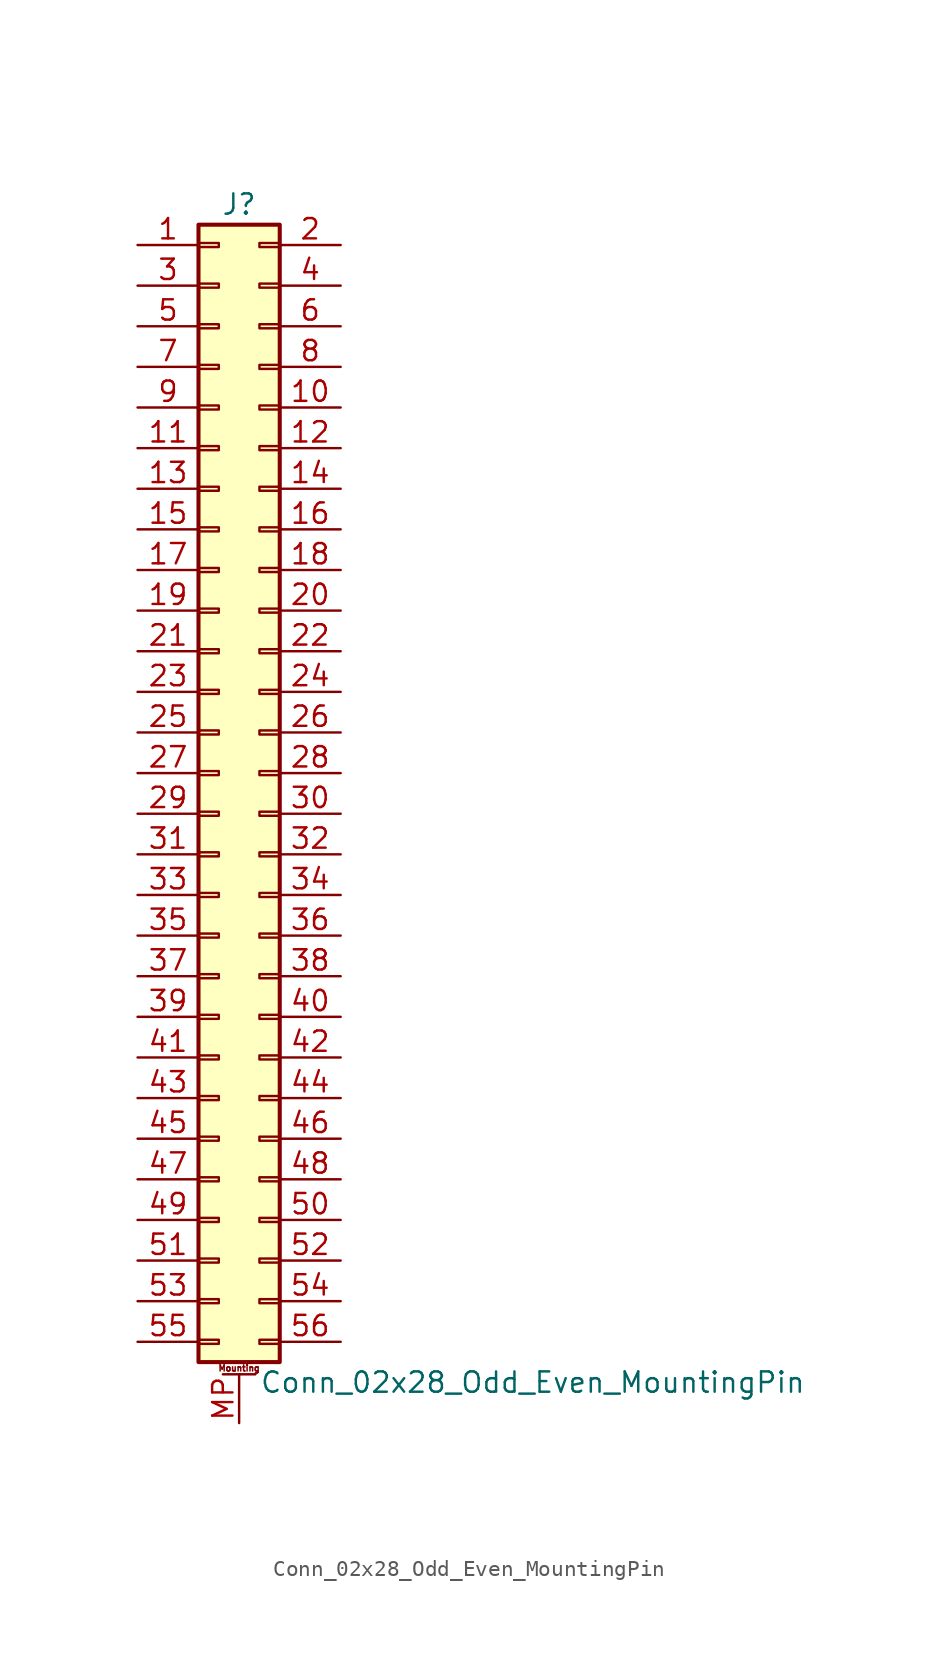
<source format=kicad_sym>
(kicad_symbol_lib
  (version 20220914)
  (generator kicad_symbol_editor)
  (symbol "Conn_02x28_Odd_Even_MountingPin"
    (pin_names
      (offset 1.016) hide)
    (property "Reference" "J"
      (at 1.27 35.56 0)
      (effects (font (size 1.27 1.27))))
    (property "Value" "Conn_02x28_Odd_Even_MountingPin"
      (at 2.54 -38.1 0)
      (effects (font (size 1.27 1.27)) (justify left)))
    (symbol "Conn_02x28_Odd_Even_MountingPin_1_1"
      (rectangle (start -1.27 -35.433) (end 0 -35.687) (stroke (width 0.152) (type default)) (fill (type none)))
      (rectangle (start -1.27 -32.893) (end 0 -33.147) (stroke (width 0.152) (type default)) (fill (type none)))
      (rectangle (start -1.27 -30.353) (end 0 -30.607) (stroke (width 0.152) (type default)) (fill (type none)))
      (rectangle (start -1.27 -27.813) (end 0 -28.067) (stroke (width 0.152) (type default)) (fill (type none)))
      (rectangle (start -1.27 -25.273) (end 0 -25.527) (stroke (width 0.152) (type default)) (fill (type none)))
      (rectangle (start -1.27 -22.733) (end 0 -22.987) (stroke (width 0.152) (type default)) (fill (type none)))
      (rectangle (start -1.27 -20.193) (end 0 -20.447) (stroke (width 0.152) (type default)) (fill (type none)))
      (rectangle (start -1.27 -17.653) (end 0 -17.907) (stroke (width 0.152) (type default)) (fill (type none)))
      (rectangle (start -1.27 -15.113) (end 0 -15.367) (stroke (width 0.152) (type default)) (fill (type none)))
      (rectangle (start -1.27 -12.573) (end 0 -12.827) (stroke (width 0.152) (type default)) (fill (type none)))
      (rectangle (start -1.27 -10.033) (end 0 -10.287) (stroke (width 0.152) (type default)) (fill (type none)))
      (rectangle (start -1.27 -7.493) (end 0 -7.747) (stroke (width 0.152) (type default)) (fill (type none)))
      (rectangle (start -1.27 -4.953) (end 0 -5.207) (stroke (width 0.152) (type default)) (fill (type none)))
      (rectangle (start -1.27 -2.413) (end 0 -2.667) (stroke (width 0.152) (type default)) (fill (type none)))
      (rectangle (start -1.27 0.127) (end 0 -0.127) (stroke (width 0.152) (type default)) (fill (type none)))
      (rectangle (start -1.27 2.667) (end 0 2.413) (stroke (width 0.152) (type default)) (fill (type none)))
      (rectangle (start -1.27 5.207) (end 0 4.953) (stroke (width 0.152) (type default)) (fill (type none)))
      (rectangle (start -1.27 7.747) (end 0 7.493) (stroke (width 0.152) (type default)) (fill (type none)))
      (rectangle (start -1.27 10.287) (end 0 10.033) (stroke (width 0.152) (type default)) (fill (type none)))
      (rectangle (start -1.27 12.827) (end 0 12.573) (stroke (width 0.152) (type default)) (fill (type none)))
      (rectangle (start -1.27 15.367) (end 0 15.113) (stroke (width 0.152) (type default)) (fill (type none)))
      (rectangle (start -1.27 17.907) (end 0 17.653) (stroke (width 0.152) (type default)) (fill (type none)))
      (rectangle (start -1.27 20.447) (end 0 20.193) (stroke (width 0.152) (type default)) (fill (type none)))
      (rectangle (start -1.27 22.987) (end 0 22.733) (stroke (width 0.152) (type default)) (fill (type none)))
      (rectangle (start -1.27 25.527) (end 0 25.273) (stroke (width 0.152) (type default)) (fill (type none)))
      (rectangle (start -1.27 28.067) (end 0 27.813) (stroke (width 0.152) (type default)) (fill (type none)))
      (rectangle (start -1.27 30.607) (end 0 30.353) (stroke (width 0.152) (type default)) (fill (type none)))
      (rectangle (start -1.27 33.147) (end 0 32.893) (stroke (width 0.152) (type default)) (fill (type none)))
      (rectangle (start -1.27 34.29) (end 3.81 -36.83) (stroke (width 0.254) (type default)) (fill (type background)))
      (polyline (pts (xy 0.254 -37.592) (xy 2.286 -37.592)) (stroke (width 0.152) (type default)) (fill (type none)))
      (rectangle (start 3.81 -35.433) (end 2.54 -35.687) (stroke (width 0.152) (type default)) (fill (type none)))
      (rectangle (start 3.81 -32.893) (end 2.54 -33.147) (stroke (width 0.152) (type default)) (fill (type none)))
      (rectangle (start 3.81 -30.353) (end 2.54 -30.607) (stroke (width 0.152) (type default)) (fill (type none)))
      (rectangle (start 3.81 -27.813) (end 2.54 -28.067) (stroke (width 0.152) (type default)) (fill (type none)))
      (rectangle (start 3.81 -25.273) (end 2.54 -25.527) (stroke (width 0.152) (type default)) (fill (type none)))
      (rectangle (start 3.81 -22.733) (end 2.54 -22.987) (stroke (width 0.152) (type default)) (fill (type none)))
      (rectangle (start 3.81 -20.193) (end 2.54 -20.447) (stroke (width 0.152) (type default)) (fill (type none)))
      (rectangle (start 3.81 -17.653) (end 2.54 -17.907) (stroke (width 0.152) (type default)) (fill (type none)))
      (rectangle (start 3.81 -15.113) (end 2.54 -15.367) (stroke (width 0.152) (type default)) (fill (type none)))
      (rectangle (start 3.81 -12.573) (end 2.54 -12.827) (stroke (width 0.152) (type default)) (fill (type none)))
      (rectangle (start 3.81 -10.033) (end 2.54 -10.287) (stroke (width 0.152) (type default)) (fill (type none)))
      (rectangle (start 3.81 -7.493) (end 2.54 -7.747) (stroke (width 0.152) (type default)) (fill (type none)))
      (rectangle (start 3.81 -4.953) (end 2.54 -5.207) (stroke (width 0.152) (type default)) (fill (type none)))
      (rectangle (start 3.81 -2.413) (end 2.54 -2.667) (stroke (width 0.152) (type default)) (fill (type none)))
      (rectangle (start 3.81 0.127) (end 2.54 -0.127) (stroke (width 0.152) (type default)) (fill (type none)))
      (rectangle (start 3.81 2.667) (end 2.54 2.413) (stroke (width 0.152) (type default)) (fill (type none)))
      (rectangle (start 3.81 5.207) (end 2.54 4.953) (stroke (width 0.152) (type default)) (fill (type none)))
      (rectangle (start 3.81 7.747) (end 2.54 7.493) (stroke (width 0.152) (type default)) (fill (type none)))
      (rectangle (start 3.81 10.287) (end 2.54 10.033) (stroke (width 0.152) (type default)) (fill (type none)))
      (rectangle (start 3.81 12.827) (end 2.54 12.573) (stroke (width 0.152) (type default)) (fill (type none)))
      (rectangle (start 3.81 15.367) (end 2.54 15.113) (stroke (width 0.152) (type default)) (fill (type none)))
      (rectangle (start 3.81 17.907) (end 2.54 17.653) (stroke (width 0.152) (type default)) (fill (type none)))
      (rectangle (start 3.81 20.447) (end 2.54 20.193) (stroke (width 0.152) (type default)) (fill (type none)))
      (rectangle (start 3.81 22.987) (end 2.54 22.733) (stroke (width 0.152) (type default)) (fill (type none)))
      (rectangle (start 3.81 25.527) (end 2.54 25.273) (stroke (width 0.152) (type default)) (fill (type none)))
      (rectangle (start 3.81 28.067) (end 2.54 27.813) (stroke (width 0.152) (type default)) (fill (type none)))
      (rectangle (start 3.81 30.607) (end 2.54 30.353) (stroke (width 0.152) (type default)) (fill (type none)))
      (rectangle (start 3.81 33.147) (end 2.54 32.893) (stroke (width 0.152) (type default)) (fill (type none)))
      (text "Mounting" (at 1.27 -37.211 0) (effects (font (size 0.381 0.381))))
      (pin passive line (at -5.08 33.02 0) (length 3.81) (name "Pin_1" (effects (font (size 1.27 1.27)))) (number "1" (effects (font (size 1.27 1.27)))))
      (pin passive line (at 7.62 22.86 180) (length 3.81) (name "Pin_10" (effects (font (size 1.27 1.27)))) (number "10" (effects (font (size 1.27 1.27)))))
      (pin passive line (at -5.08 20.32 0) (length 3.81) (name "Pin_11" (effects (font (size 1.27 1.27)))) (number "11" (effects (font (size 1.27 1.27)))))
      (pin passive line (at 7.62 20.32 180) (length 3.81) (name "Pin_12" (effects (font (size 1.27 1.27)))) (number "12" (effects (font (size 1.27 1.27)))))
      (pin passive line (at -5.08 17.78 0) (length 3.81) (name "Pin_13" (effects (font (size 1.27 1.27)))) (number "13" (effects (font (size 1.27 1.27)))))
      (pin passive line (at 7.62 17.78 180) (length 3.81) (name "Pin_14" (effects (font (size 1.27 1.27)))) (number "14" (effects (font (size 1.27 1.27)))))
      (pin passive line (at -5.08 15.24 0) (length 3.81) (name "Pin_15" (effects (font (size 1.27 1.27)))) (number "15" (effects (font (size 1.27 1.27)))))
      (pin passive line (at 7.62 15.24 180) (length 3.81) (name "Pin_16" (effects (font (size 1.27 1.27)))) (number "16" (effects (font (size 1.27 1.27)))))
      (pin passive line (at -5.08 12.7 0) (length 3.81) (name "Pin_17" (effects (font (size 1.27 1.27)))) (number "17" (effects (font (size 1.27 1.27)))))
      (pin passive line (at 7.62 12.7 180) (length 3.81) (name "Pin_18" (effects (font (size 1.27 1.27)))) (number "18" (effects (font (size 1.27 1.27)))))
      (pin passive line (at -5.08 10.16 0) (length 3.81) (name "Pin_19" (effects (font (size 1.27 1.27)))) (number "19" (effects (font (size 1.27 1.27)))))
      (pin passive line (at 7.62 33.02 180) (length 3.81) (name "Pin_2" (effects (font (size 1.27 1.27)))) (number "2" (effects (font (size 1.27 1.27)))))
      (pin passive line (at 7.62 10.16 180) (length 3.81) (name "Pin_20" (effects (font (size 1.27 1.27)))) (number "20" (effects (font (size 1.27 1.27)))))
      (pin passive line (at -5.08 7.62 0) (length 3.81) (name "Pin_21" (effects (font (size 1.27 1.27)))) (number "21" (effects (font (size 1.27 1.27)))))
      (pin passive line (at 7.62 7.62 180) (length 3.81) (name "Pin_22" (effects (font (size 1.27 1.27)))) (number "22" (effects (font (size 1.27 1.27)))))
      (pin passive line (at -5.08 5.08 0) (length 3.81) (name "Pin_23" (effects (font (size 1.27 1.27)))) (number "23" (effects (font (size 1.27 1.27)))))
      (pin passive line (at 7.62 5.08 180) (length 3.81) (name "Pin_24" (effects (font (size 1.27 1.27)))) (number "24" (effects (font (size 1.27 1.27)))))
      (pin passive line (at -5.08 2.54 0) (length 3.81) (name "Pin_25" (effects (font (size 1.27 1.27)))) (number "25" (effects (font (size 1.27 1.27)))))
      (pin passive line (at 7.62 2.54 180) (length 3.81) (name "Pin_26" (effects (font (size 1.27 1.27)))) (number "26" (effects (font (size 1.27 1.27)))))
      (pin passive line (at -5.08 0 0) (length 3.81) (name "Pin_27" (effects (font (size 1.27 1.27)))) (number "27" (effects (font (size 1.27 1.27)))))
      (pin passive line (at 7.62 0 180) (length 3.81) (name "Pin_28" (effects (font (size 1.27 1.27)))) (number "28" (effects (font (size 1.27 1.27)))))
      (pin passive line (at -5.08 -2.54 0) (length 3.81) (name "Pin_29" (effects (font (size 1.27 1.27)))) (number "29" (effects (font (size 1.27 1.27)))))
      (pin passive line (at -5.08 30.48 0) (length 3.81) (name "Pin_3" (effects (font (size 1.27 1.27)))) (number "3" (effects (font (size 1.27 1.27)))))
      (pin passive line (at 7.62 -2.54 180) (length 3.81) (name "Pin_30" (effects (font (size 1.27 1.27)))) (number "30" (effects (font (size 1.27 1.27)))))
      (pin passive line (at -5.08 -5.08 0) (length 3.81) (name "Pin_31" (effects (font (size 1.27 1.27)))) (number "31" (effects (font (size 1.27 1.27)))))
      (pin passive line (at 7.62 -5.08 180) (length 3.81) (name "Pin_32" (effects (font (size 1.27 1.27)))) (number "32" (effects (font (size 1.27 1.27)))))
      (pin passive line (at -5.08 -7.62 0) (length 3.81) (name "Pin_33" (effects (font (size 1.27 1.27)))) (number "33" (effects (font (size 1.27 1.27)))))
      (pin passive line (at 7.62 -7.62 180) (length 3.81) (name "Pin_34" (effects (font (size 1.27 1.27)))) (number "34" (effects (font (size 1.27 1.27)))))
      (pin passive line (at -5.08 -10.16 0) (length 3.81) (name "Pin_35" (effects (font (size 1.27 1.27)))) (number "35" (effects (font (size 1.27 1.27)))))
      (pin passive line (at 7.62 -10.16 180) (length 3.81) (name "Pin_36" (effects (font (size 1.27 1.27)))) (number "36" (effects (font (size 1.27 1.27)))))
      (pin passive line (at -5.08 -12.7 0) (length 3.81) (name "Pin_37" (effects (font (size 1.27 1.27)))) (number "37" (effects (font (size 1.27 1.27)))))
      (pin passive line (at 7.62 -12.7 180) (length 3.81) (name "Pin_38" (effects (font (size 1.27 1.27)))) (number "38" (effects (font (size 1.27 1.27)))))
      (pin passive line (at -5.08 -15.24 0) (length 3.81) (name "Pin_39" (effects (font (size 1.27 1.27)))) (number "39" (effects (font (size 1.27 1.27)))))
      (pin passive line (at 7.62 30.48 180) (length 3.81) (name "Pin_4" (effects (font (size 1.27 1.27)))) (number "4" (effects (font (size 1.27 1.27)))))
      (pin passive line (at 7.62 -15.24 180) (length 3.81) (name "Pin_40" (effects (font (size 1.27 1.27)))) (number "40" (effects (font (size 1.27 1.27)))))
      (pin passive line (at -5.08 -17.78 0) (length 3.81) (name "Pin_41" (effects (font (size 1.27 1.27)))) (number "41" (effects (font (size 1.27 1.27)))))
      (pin passive line (at 7.62 -17.78 180) (length 3.81) (name "Pin_42" (effects (font (size 1.27 1.27)))) (number "42" (effects (font (size 1.27 1.27)))))
      (pin passive line (at -5.08 -20.32 0) (length 3.81) (name "Pin_43" (effects (font (size 1.27 1.27)))) (number "43" (effects (font (size 1.27 1.27)))))
      (pin passive line (at 7.62 -20.32 180) (length 3.81) (name "Pin_44" (effects (font (size 1.27 1.27)))) (number "44" (effects (font (size 1.27 1.27)))))
      (pin passive line (at -5.08 -22.86 0) (length 3.81) (name "Pin_45" (effects (font (size 1.27 1.27)))) (number "45" (effects (font (size 1.27 1.27)))))
      (pin passive line (at 7.62 -22.86 180) (length 3.81) (name "Pin_46" (effects (font (size 1.27 1.27)))) (number "46" (effects (font (size 1.27 1.27)))))
      (pin passive line (at -5.08 -25.4 0) (length 3.81) (name "Pin_47" (effects (font (size 1.27 1.27)))) (number "47" (effects (font (size 1.27 1.27)))))
      (pin passive line (at 7.62 -25.4 180) (length 3.81) (name "Pin_48" (effects (font (size 1.27 1.27)))) (number "48" (effects (font (size 1.27 1.27)))))
      (pin passive line (at -5.08 -27.94 0) (length 3.81) (name "Pin_49" (effects (font (size 1.27 1.27)))) (number "49" (effects (font (size 1.27 1.27)))))
      (pin passive line (at -5.08 27.94 0) (length 3.81) (name "Pin_5" (effects (font (size 1.27 1.27)))) (number "5" (effects (font (size 1.27 1.27)))))
      (pin passive line (at 7.62 -27.94 180) (length 3.81) (name "Pin_50" (effects (font (size 1.27 1.27)))) (number "50" (effects (font (size 1.27 1.27)))))
      (pin passive line (at -5.08 -30.48 0) (length 3.81) (name "Pin_51" (effects (font (size 1.27 1.27)))) (number "51" (effects (font (size 1.27 1.27)))))
      (pin passive line (at 7.62 -30.48 180) (length 3.81) (name "Pin_52" (effects (font (size 1.27 1.27)))) (number "52" (effects (font (size 1.27 1.27)))))
      (pin passive line (at -5.08 -33.02 0) (length 3.81) (name "Pin_53" (effects (font (size 1.27 1.27)))) (number "53" (effects (font (size 1.27 1.27)))))
      (pin passive line (at 7.62 -33.02 180) (length 3.81) (name "Pin_54" (effects (font (size 1.27 1.27)))) (number "54" (effects (font (size 1.27 1.27)))))
      (pin passive line (at -5.08 -35.56 0) (length 3.81) (name "Pin_55" (effects (font (size 1.27 1.27)))) (number "55" (effects (font (size 1.27 1.27)))))
      (pin passive line (at 7.62 -35.56 180) (length 3.81) (name "Pin_56" (effects (font (size 1.27 1.27)))) (number "56" (effects (font (size 1.27 1.27)))))
      (pin passive line (at 7.62 27.94 180) (length 3.81) (name "Pin_6" (effects (font (size 1.27 1.27)))) (number "6" (effects (font (size 1.27 1.27)))))
      (pin passive line (at -5.08 25.4 0) (length 3.81) (name "Pin_7" (effects (font (size 1.27 1.27)))) (number "7" (effects (font (size 1.27 1.27)))))
      (pin passive line (at 7.62 25.4 180) (length 3.81) (name "Pin_8" (effects (font (size 1.27 1.27)))) (number "8" (effects (font (size 1.27 1.27)))))
      (pin passive line (at -5.08 22.86 0) (length 3.81) (name "Pin_9" (effects (font (size 1.27 1.27)))) (number "9" (effects (font (size 1.27 1.27)))))
      (pin passive line (at 1.27 -40.64 90) (length 3.048) (name "MountPin" (effects (font (size 1.27 1.27)))) (number "MP" (effects (font (size 1.27 1.27))))))))
</source>
